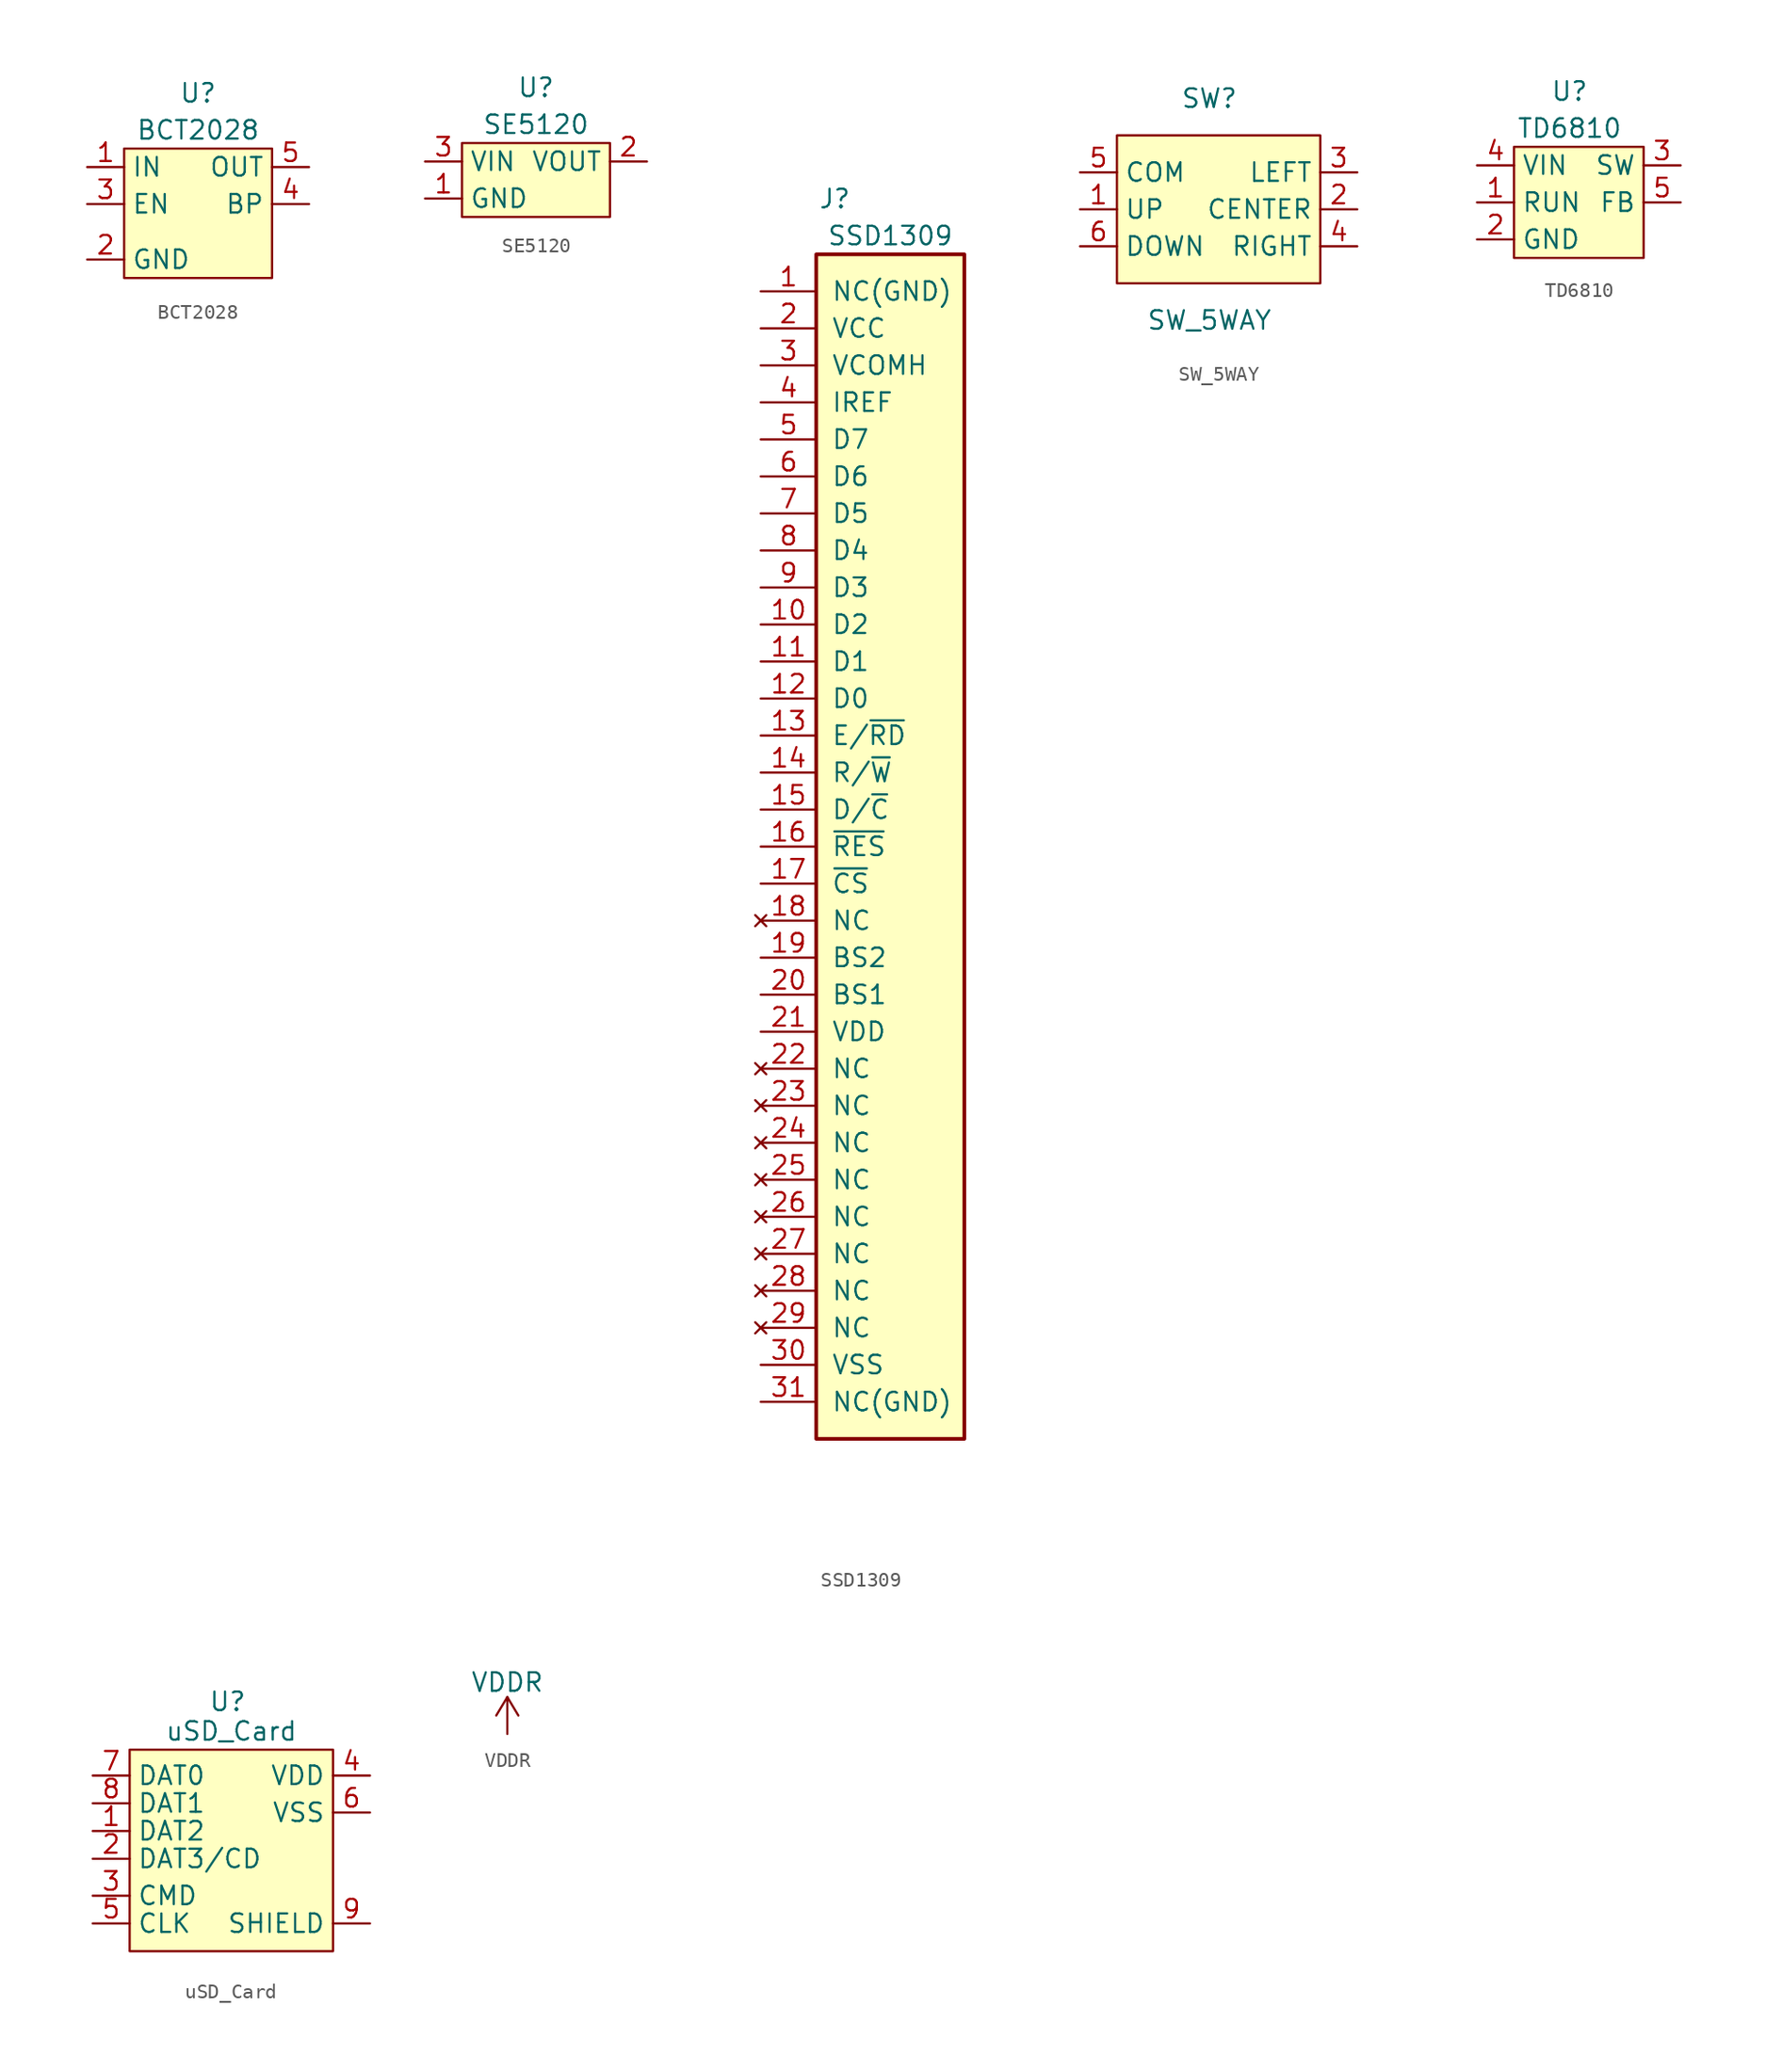
<source format=kicad_sym>
(kicad_symbol_lib
  (version 20211014)
  (generator kicad_symbol_editor)
  (symbol "BCT2028"
    (property "Reference" "U"
      (at 0 6.35 0)
      (effects (font (size 1.27 1.27))))
    (property "Value" "BCT2028"
      (at 0 3.81 0)
      (effects (font (size 1.27 1.27))))
    (symbol "BCT2028_0_1"
      (rectangle (start -5.08 2.54) (end 5.08 -6.35) (stroke (width 0) (type default) (color 0 0 0 0)) (fill (type background))))
    (symbol "BCT2028_1_1"
      (pin power_in line (at -7.62 1.27 0) (length 2.54) (name "IN" (effects (font (size 1.27 1.27)))) (number "1" (effects (font (size 1.27 1.27)))))
      (pin power_in line (at -7.62 -5.08 0) (length 2.54) (name "GND" (effects (font (size 1.27 1.27)))) (number "2" (effects (font (size 1.27 1.27)))))
      (pin input line (at -7.62 -1.27 0) (length 2.54) (name "EN" (effects (font (size 1.27 1.27)))) (number "3" (effects (font (size 1.27 1.27)))))
      (pin passive line (at 7.62 -1.27 180) (length 2.54) (name "BP" (effects (font (size 1.27 1.27)))) (number "4" (effects (font (size 1.27 1.27)))))
      (pin power_out line (at 7.62 1.27 180) (length 2.54) (name "OUT" (effects (font (size 1.27 1.27)))) (number "5" (effects (font (size 1.27 1.27)))))))
  (symbol "SE5120"
    (property "Reference" "U"
      (at 0 6.35 0)
      (effects (font (size 1.27 1.27))))
    (property "Value" "SE5120"
      (at 0 3.81 0)
      (effects (font (size 1.27 1.27))))
    (symbol "SE5120_0_1"
      (rectangle (start -5.08 2.54) (end 5.08 -2.54) (stroke (width 0) (type default) (color 0 0 0 0)) (fill (type background))))
    (symbol "SE5120_1_1"
      (pin power_in line (at -7.62 -1.27 0) (length 2.54) (name "GND" (effects (font (size 1.27 1.27)))) (number "1" (effects (font (size 1.27 1.27)))))
      (pin power_out line (at 7.62 1.27 180) (length 2.54) (name "VOUT" (effects (font (size 1.27 1.27)))) (number "2" (effects (font (size 1.27 1.27)))))
      (pin power_in line (at -7.62 1.27 0) (length 2.54) (name "VIN" (effects (font (size 1.27 1.27)))) (number "3" (effects (font (size 1.27 1.27)))))))
  (symbol "SSD1309"
    (pin_names
      (offset 1.016))
    (property "Reference" "J"
      (at 1.27 44.45 0)
      (effects (font (size 1.27 1.27))))
    (property "Value" "SSD1309"
      (at 5.08 41.91 0)
      (effects (font (size 1.27 1.27))))
    (symbol "SSD1309_1_1"
      (rectangle (start 0 40.64) (end 10.16 -40.64) (stroke (width 0.254) (type default) (color 0 0 0 0)) (fill (type background)))
      (pin passive line (at -3.81 38.1 0) (length 3.81) (name "NC(GND)" (effects (font (size 1.27 1.27)))) (number "1" (effects (font (size 1.27 1.27)))))
      (pin input line (at -3.81 15.24 0) (length 3.81) (name "D2" (effects (font (size 1.27 1.27)))) (number "10" (effects (font (size 1.27 1.27)))))
      (pin input line (at -3.81 12.7 0) (length 3.81) (name "D1" (effects (font (size 1.27 1.27)))) (number "11" (effects (font (size 1.27 1.27)))))
      (pin input line (at -3.81 10.16 0) (length 3.81) (name "D0" (effects (font (size 1.27 1.27)))) (number "12" (effects (font (size 1.27 1.27)))))
      (pin input line (at -3.81 7.62 0) (length 3.81) (name "E/~{RD}" (effects (font (size 1.27 1.27)))) (number "13" (effects (font (size 1.27 1.27)))))
      (pin input line (at -3.81 5.08 0) (length 3.81) (name "R/~{W}" (effects (font (size 1.27 1.27)))) (number "14" (effects (font (size 1.27 1.27)))))
      (pin input line (at -3.81 2.54 0) (length 3.81) (name "D/~{C}" (effects (font (size 1.27 1.27)))) (number "15" (effects (font (size 1.27 1.27)))))
      (pin input line (at -3.81 0 0) (length 3.81) (name "~{RES}" (effects (font (size 1.27 1.27)))) (number "16" (effects (font (size 1.27 1.27)))))
      (pin input line (at -3.81 -2.54 0) (length 3.81) (name "~{CS}" (effects (font (size 1.27 1.27)))) (number "17" (effects (font (size 1.27 1.27)))))
      (pin no_connect line (at -3.81 -5.08 0) (length 3.81) (name "NC" (effects (font (size 1.27 1.27)))) (number "18" (effects (font (size 1.27 1.27)))))
      (pin input line (at -3.81 -7.62 0) (length 3.81) (name "BS2" (effects (font (size 1.27 1.27)))) (number "19" (effects (font (size 1.27 1.27)))))
      (pin power_in line (at -3.81 35.56 0) (length 3.81) (name "VCC" (effects (font (size 1.27 1.27)))) (number "2" (effects (font (size 1.27 1.27)))))
      (pin input line (at -3.81 -10.16 0) (length 3.81) (name "BS1" (effects (font (size 1.27 1.27)))) (number "20" (effects (font (size 1.27 1.27)))))
      (pin power_in line (at -3.81 -12.7 0) (length 3.81) (name "VDD" (effects (font (size 1.27 1.27)))) (number "21" (effects (font (size 1.27 1.27)))))
      (pin no_connect line (at -3.81 -15.24 0) (length 3.81) (name "NC" (effects (font (size 1.27 1.27)))) (number "22" (effects (font (size 1.27 1.27)))))
      (pin no_connect line (at -3.81 -17.78 0) (length 3.81) (name "NC" (effects (font (size 1.27 1.27)))) (number "23" (effects (font (size 1.27 1.27)))))
      (pin no_connect line (at -3.81 -20.32 0) (length 3.81) (name "NC" (effects (font (size 1.27 1.27)))) (number "24" (effects (font (size 1.27 1.27)))))
      (pin no_connect line (at -3.81 -22.86 0) (length 3.81) (name "NC" (effects (font (size 1.27 1.27)))) (number "25" (effects (font (size 1.27 1.27)))))
      (pin no_connect line (at -3.81 -25.4 0) (length 3.81) (name "NC" (effects (font (size 1.27 1.27)))) (number "26" (effects (font (size 1.27 1.27)))))
      (pin no_connect line (at -3.81 -27.94 0) (length 3.81) (name "NC" (effects (font (size 1.27 1.27)))) (number "27" (effects (font (size 1.27 1.27)))))
      (pin no_connect line (at -3.81 -30.48 0) (length 3.81) (name "NC" (effects (font (size 1.27 1.27)))) (number "28" (effects (font (size 1.27 1.27)))))
      (pin no_connect line (at -3.81 -33.02 0) (length 3.81) (name "NC" (effects (font (size 1.27 1.27)))) (number "29" (effects (font (size 1.27 1.27)))))
      (pin passive line (at -3.81 33.02 0) (length 3.81) (name "VCOMH" (effects (font (size 1.27 1.27)))) (number "3" (effects (font (size 1.27 1.27)))))
      (pin power_in line (at -3.81 -35.56 0) (length 3.81) (name "VSS" (effects (font (size 1.27 1.27)))) (number "30" (effects (font (size 1.27 1.27)))))
      (pin passive line (at -3.81 -38.1 0) (length 3.81) (name "NC(GND)" (effects (font (size 1.27 1.27)))) (number "31" (effects (font (size 1.27 1.27)))))
      (pin passive line (at -3.81 30.48 0) (length 3.81) (name "IREF" (effects (font (size 1.27 1.27)))) (number "4" (effects (font (size 1.27 1.27)))))
      (pin input line (at -3.81 27.94 0) (length 3.81) (name "D7" (effects (font (size 1.27 1.27)))) (number "5" (effects (font (size 1.27 1.27)))))
      (pin input line (at -3.81 25.4 0) (length 3.81) (name "D6" (effects (font (size 1.27 1.27)))) (number "6" (effects (font (size 1.27 1.27)))))
      (pin input line (at -3.81 22.86 0) (length 3.81) (name "D5" (effects (font (size 1.27 1.27)))) (number "7" (effects (font (size 1.27 1.27)))))
      (pin input line (at -3.81 20.32 0) (length 3.81) (name "D4" (effects (font (size 1.27 1.27)))) (number "8" (effects (font (size 1.27 1.27)))))
      (pin input line (at -3.81 17.78 0) (length 3.81) (name "D3" (effects (font (size 1.27 1.27)))) (number "9" (effects (font (size 1.27 1.27)))))))
  (symbol "SW_5WAY"
    (property "Reference" "SW"
      (at 0 7.62 0)
      (effects (font (size 1.27 1.27))))
    (property "Value" "SW_5WAY"
      (at 0 -7.62 0)
      (effects (font (size 1.27 1.27))))
    (symbol "SW_5WAY_0_1"
      (rectangle (start -6.35 5.08) (end 7.62 -5.08) (stroke (width 0) (type default) (color 0 0 0 0)) (fill (type background))))
    (symbol "SW_5WAY_1_1"
      (pin passive line (at -8.89 0 0) (length 2.54) (name "UP" (effects (font (size 1.27 1.27)))) (number "1" (effects (font (size 1.27 1.27)))))
      (pin passive line (at 10.16 0 180) (length 2.54) (name "CENTER" (effects (font (size 1.27 1.27)))) (number "2" (effects (font (size 1.27 1.27)))))
      (pin passive line (at 10.16 2.54 180) (length 2.54) (name "LEFT" (effects (font (size 1.27 1.27)))) (number "3" (effects (font (size 1.27 1.27)))))
      (pin passive line (at 10.16 -2.54 180) (length 2.54) (name "RIGHT" (effects (font (size 1.27 1.27)))) (number "4" (effects (font (size 1.27 1.27)))))
      (pin passive line (at -8.89 2.54 0) (length 2.54) (name "COM" (effects (font (size 1.27 1.27)))) (number "5" (effects (font (size 1.27 1.27)))))
      (pin passive line (at -8.89 -2.54 0) (length 2.54) (name "DOWN" (effects (font (size 1.27 1.27)))) (number "6" (effects (font (size 1.27 1.27)))))))
  (symbol "TD6810"
    (property "Reference" "U"
      (at 0 7.62 0)
      (effects (font (size 1.27 1.27))))
    (property "Value" "TD6810"
      (at 0 5.08 0)
      (effects (font (size 1.27 1.27))))
    (symbol "TD6810_0_1"
      (rectangle (start -3.81 3.81) (end 5.08 -3.81) (stroke (width 0) (type default) (color 0 0 0 0)) (fill (type background))))
    (symbol "TD6810_1_1"
      (pin input line (at -6.35 0 0) (length 2.54) (name "RUN" (effects (font (size 1.27 1.27)))) (number "1" (effects (font (size 1.27 1.27)))))
      (pin power_in line (at -6.35 -2.54 0) (length 2.54) (name "GND" (effects (font (size 1.27 1.27)))) (number "2" (effects (font (size 1.27 1.27)))))
      (pin power_out line (at 7.62 2.54 180) (length 2.54) (name "SW" (effects (font (size 1.27 1.27)))) (number "3" (effects (font (size 1.27 1.27)))))
      (pin power_in line (at -6.35 2.54 0) (length 2.54) (name "VIN" (effects (font (size 1.27 1.27)))) (number "4" (effects (font (size 1.27 1.27)))))
      (pin passive line (at 7.62 0 180) (length 2.54) (name "FB" (effects (font (size 1.27 1.27)))) (number "5" (effects (font (size 1.27 1.27)))))))
  (symbol "uSD_Card"
    (property "Reference" "U"
      (at -0.254 10.16 0)
      (effects (font (size 1.27 1.27))))
    (property "Value" "uSD_Card"
      (at 0 8.128 0)
      (effects (font (size 1.27 1.27))))
    (symbol "uSD_Card_0_1"
      (rectangle (start -6.985 6.858) (end 6.985 -6.985) (stroke (width 0) (type default) (color 0 0 0 0)) (fill (type background))))
    (symbol "uSD_Card_1_1"
      (pin bidirectional line (at -9.525 1.27 0) (length 2.54) (name "DAT2" (effects (font (size 1.27 1.27)))) (number "1" (effects (font (size 1.27 1.27)))))
      (pin bidirectional line (at -9.525 -0.635 0) (length 2.54) (name "DAT3/CD" (effects (font (size 1.27 1.27)))) (number "2" (effects (font (size 1.27 1.27)))))
      (pin input line (at -9.525 -3.175 0) (length 2.54) (name "CMD" (effects (font (size 1.27 1.27)))) (number "3" (effects (font (size 1.27 1.27)))))
      (pin power_in line (at 9.525 5.08 180) (length 2.54) (name "VDD" (effects (font (size 1.27 1.27)))) (number "4" (effects (font (size 1.27 1.27)))))
      (pin input line (at -9.525 -5.08 0) (length 2.54) (name "CLK" (effects (font (size 1.27 1.27)))) (number "5" (effects (font (size 1.27 1.27)))))
      (pin power_in line (at 9.525 2.54 180) (length 2.54) (name "VSS" (effects (font (size 1.27 1.27)))) (number "6" (effects (font (size 1.27 1.27)))))
      (pin bidirectional line (at -9.525 5.08 0) (length 2.54) (name "DAT0" (effects (font (size 1.27 1.27)))) (number "7" (effects (font (size 1.27 1.27)))))
      (pin bidirectional line (at -9.525 3.175 0) (length 2.54) (name "DAT1" (effects (font (size 1.27 1.27)))) (number "8" (effects (font (size 1.27 1.27)))))
      (pin passive line (at 9.525 -5.08 180) (length 2.54) (name "SHIELD" (effects (font (size 1.27 1.27)))) (number "9" (effects (font (size 1.27 1.27)))))))
  (symbol "VDDR"
    (power)
    (pin_names
      (offset 0))
    (property "Reference" "#PWR"
      (at -0.508 -3.81 0)
      (effects (font (size 1.27 1.27)) hide))
    (property "Value" "VDDR"
      (at 0 3.556 0)
      (effects (font (size 1.27 1.27))))
    (symbol "VDDR_0_1"
      (polyline (pts (xy -0.762 1.27) (xy 0 2.54)) (stroke (width 0) (type default) (color 0 0 0 0)) (fill (type none)))
      (polyline (pts (xy 0 0) (xy 0 2.54)) (stroke (width 0) (type default) (color 0 0 0 0)) (fill (type none)))
      (polyline (pts (xy 0 2.54) (xy 0.762 1.27)) (stroke (width 0) (type default) (color 0 0 0 0)) (fill (type none))))
    (symbol "VDDR_1_1"
      (pin power_in line (at 0 0 90) (length 0) hide (name "VDDR" (effects (font (size 1.27 1.27)))) (number "1" (effects (font (size 1.27 1.27))))))))
</source>
